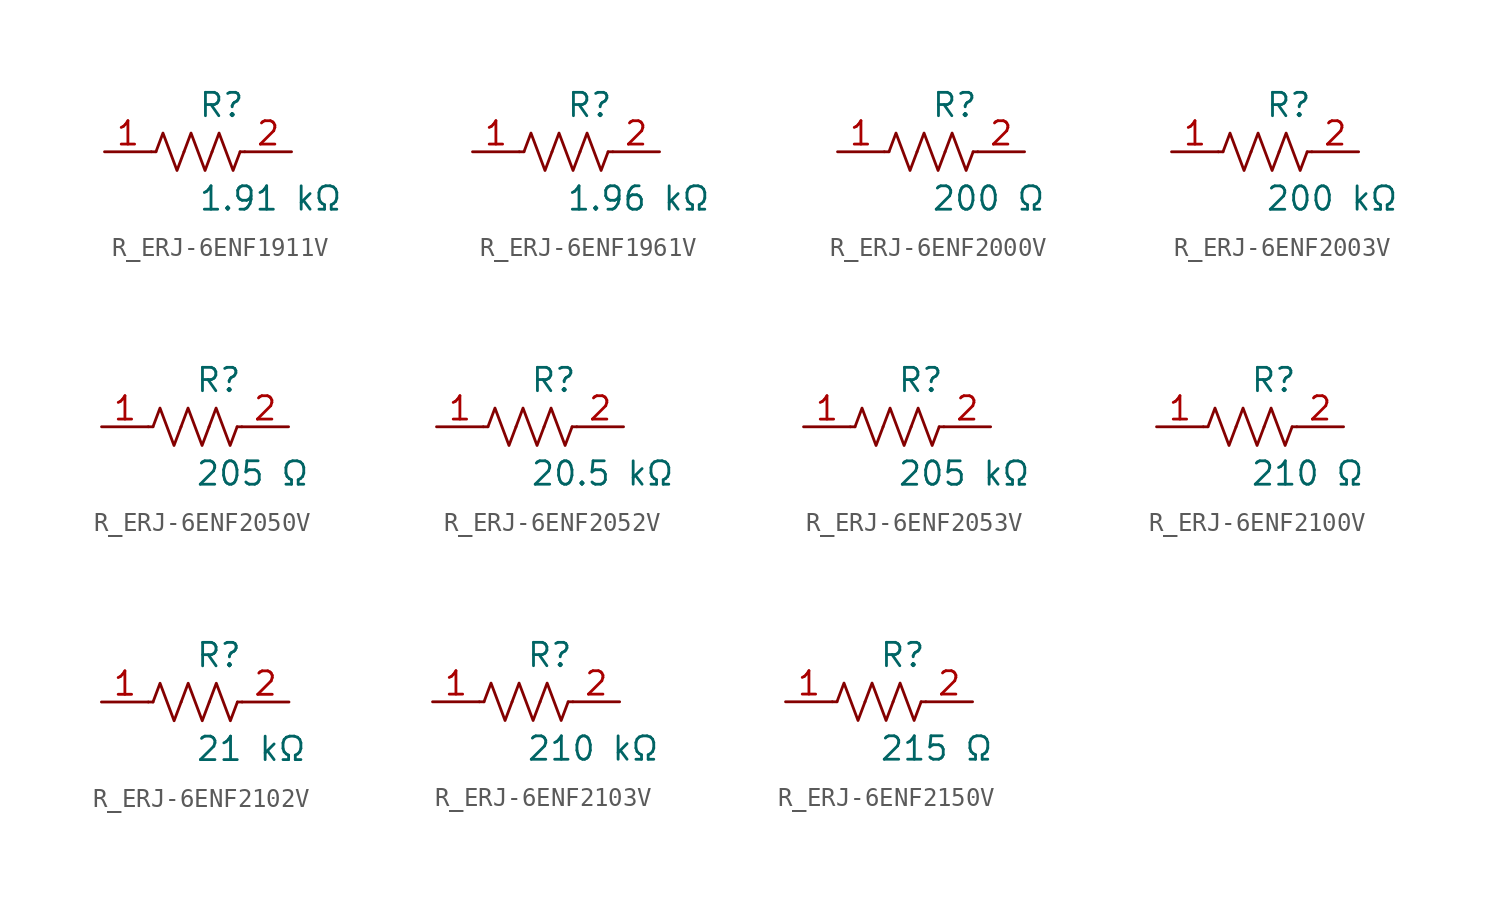
<source format=kicad_sym>
(kicad_symbol_lib
  (version 20231120)
  (generator kicad_symbol_editor)
  (generator_version 8.0)
  (symbol "R_ERJ-6ENF1911V"
    (pin_names
      (offset 0.254))
    (property "Reference" "R"
      (at 0.0 2.54 0)
      (effects (font (size 1.27 1.27)) (justify left)))
    (property "Value" "1.91 kΩ"
      (at 0.0 -2.54 0)
      (effects (font (size 1.27 1.27)) (justify left)))
    (symbol "R_ERJ-6ENF1911V_0_1"
      (polyline (pts (xy 2.286 0) (xy 2.54 0)) (stroke (width 0) (type default)) (fill (type none)))
      (polyline (pts (xy -2.286 0) (xy -2.54 0)) (stroke (width 0) (type default)) (fill (type none)))
      (polyline (pts (xy 0.762 0) (xy 1.143 1.016) (xy 1.524 0) (xy 1.905 -1.016) (xy 2.286 0)) (stroke (width 0) (type default)) (fill (type none)))
      (polyline (pts (xy -0.762 0) (xy -0.381 1.016) (xy 0 0) (xy 0.381 -1.016) (xy 0.762 0)) (stroke (width 0) (type default)) (fill (type none)))
      (polyline (pts (xy -2.286 0) (xy -1.905 1.016) (xy -1.524 0) (xy -1.143 -1.016) (xy -0.762 0)) (stroke (width 0) (type default)) (fill (type none))))
    (pin unspecified line
      (at -5.08 0 0)
      (length 2.54)
      (name "" (effects (font (size 1.27 1.27))))
      (number "1" (effects (font (size 1.27 1.27)))))
    (pin unspecified line
      (at 5.08 0 180)
      (length 2.54)
      (name "" (effects (font (size 1.27 1.27))))
      (number "2" (effects (font (size 1.27 1.27))))))
  (symbol "R_ERJ-6ENF1961V"
    (pin_names
      (offset 0.254))
    (property "Reference" "R"
      (at 0.0 2.54 0)
      (effects (font (size 1.27 1.27)) (justify left)))
    (property "Value" "1.96 kΩ"
      (at 0.0 -2.54 0)
      (effects (font (size 1.27 1.27)) (justify left)))
    (symbol "R_ERJ-6ENF1961V_0_1"
      (polyline (pts (xy 2.286 0) (xy 2.54 0)) (stroke (width 0) (type default)) (fill (type none)))
      (polyline (pts (xy -2.286 0) (xy -2.54 0)) (stroke (width 0) (type default)) (fill (type none)))
      (polyline (pts (xy 0.762 0) (xy 1.143 1.016) (xy 1.524 0) (xy 1.905 -1.016) (xy 2.286 0)) (stroke (width 0) (type default)) (fill (type none)))
      (polyline (pts (xy -0.762 0) (xy -0.381 1.016) (xy 0 0) (xy 0.381 -1.016) (xy 0.762 0)) (stroke (width 0) (type default)) (fill (type none)))
      (polyline (pts (xy -2.286 0) (xy -1.905 1.016) (xy -1.524 0) (xy -1.143 -1.016) (xy -0.762 0)) (stroke (width 0) (type default)) (fill (type none))))
    (pin unspecified line
      (at -5.08 0 0)
      (length 2.54)
      (name "" (effects (font (size 1.27 1.27))))
      (number "1" (effects (font (size 1.27 1.27)))))
    (pin unspecified line
      (at 5.08 0 180)
      (length 2.54)
      (name "" (effects (font (size 1.27 1.27))))
      (number "2" (effects (font (size 1.27 1.27))))))
  (symbol "R_ERJ-6ENF2000V"
    (pin_names
      (offset 0.254))
    (property "Reference" "R"
      (at 0.0 2.54 0)
      (effects (font (size 1.27 1.27)) (justify left)))
    (property "Value" "200 Ω"
      (at 0.0 -2.54 0)
      (effects (font (size 1.27 1.27)) (justify left)))
    (symbol "R_ERJ-6ENF2000V_0_1"
      (polyline (pts (xy 2.286 0) (xy 2.54 0)) (stroke (width 0) (type default)) (fill (type none)))
      (polyline (pts (xy -2.286 0) (xy -2.54 0)) (stroke (width 0) (type default)) (fill (type none)))
      (polyline (pts (xy 0.762 0) (xy 1.143 1.016) (xy 1.524 0) (xy 1.905 -1.016) (xy 2.286 0)) (stroke (width 0) (type default)) (fill (type none)))
      (polyline (pts (xy -0.762 0) (xy -0.381 1.016) (xy 0 0) (xy 0.381 -1.016) (xy 0.762 0)) (stroke (width 0) (type default)) (fill (type none)))
      (polyline (pts (xy -2.286 0) (xy -1.905 1.016) (xy -1.524 0) (xy -1.143 -1.016) (xy -0.762 0)) (stroke (width 0) (type default)) (fill (type none))))
    (pin unspecified line
      (at -5.08 0 0)
      (length 2.54)
      (name "" (effects (font (size 1.27 1.27))))
      (number "1" (effects (font (size 1.27 1.27)))))
    (pin unspecified line
      (at 5.08 0 180)
      (length 2.54)
      (name "" (effects (font (size 1.27 1.27))))
      (number "2" (effects (font (size 1.27 1.27))))))
  (symbol "R_ERJ-6ENF2003V"
    (pin_names
      (offset 0.254))
    (property "Reference" "R"
      (at 0.0 2.54 0)
      (effects (font (size 1.27 1.27)) (justify left)))
    (property "Value" "200 kΩ"
      (at 0.0 -2.54 0)
      (effects (font (size 1.27 1.27)) (justify left)))
    (symbol "R_ERJ-6ENF2003V_0_1"
      (polyline (pts (xy 2.286 0) (xy 2.54 0)) (stroke (width 0) (type default)) (fill (type none)))
      (polyline (pts (xy -2.286 0) (xy -2.54 0)) (stroke (width 0) (type default)) (fill (type none)))
      (polyline (pts (xy 0.762 0) (xy 1.143 1.016) (xy 1.524 0) (xy 1.905 -1.016) (xy 2.286 0)) (stroke (width 0) (type default)) (fill (type none)))
      (polyline (pts (xy -0.762 0) (xy -0.381 1.016) (xy 0 0) (xy 0.381 -1.016) (xy 0.762 0)) (stroke (width 0) (type default)) (fill (type none)))
      (polyline (pts (xy -2.286 0) (xy -1.905 1.016) (xy -1.524 0) (xy -1.143 -1.016) (xy -0.762 0)) (stroke (width 0) (type default)) (fill (type none))))
    (pin unspecified line
      (at -5.08 0 0)
      (length 2.54)
      (name "" (effects (font (size 1.27 1.27))))
      (number "1" (effects (font (size 1.27 1.27)))))
    (pin unspecified line
      (at 5.08 0 180)
      (length 2.54)
      (name "" (effects (font (size 1.27 1.27))))
      (number "2" (effects (font (size 1.27 1.27))))))
  (symbol "R_ERJ-6ENF2050V"
    (pin_names
      (offset 0.254))
    (property "Reference" "R"
      (at 0.0 2.54 0)
      (effects (font (size 1.27 1.27)) (justify left)))
    (property "Value" "205 Ω"
      (at 0.0 -2.54 0)
      (effects (font (size 1.27 1.27)) (justify left)))
    (symbol "R_ERJ-6ENF2050V_0_1"
      (polyline (pts (xy 2.286 0) (xy 2.54 0)) (stroke (width 0) (type default)) (fill (type none)))
      (polyline (pts (xy -2.286 0) (xy -2.54 0)) (stroke (width 0) (type default)) (fill (type none)))
      (polyline (pts (xy 0.762 0) (xy 1.143 1.016) (xy 1.524 0) (xy 1.905 -1.016) (xy 2.286 0)) (stroke (width 0) (type default)) (fill (type none)))
      (polyline (pts (xy -0.762 0) (xy -0.381 1.016) (xy 0 0) (xy 0.381 -1.016) (xy 0.762 0)) (stroke (width 0) (type default)) (fill (type none)))
      (polyline (pts (xy -2.286 0) (xy -1.905 1.016) (xy -1.524 0) (xy -1.143 -1.016) (xy -0.762 0)) (stroke (width 0) (type default)) (fill (type none))))
    (pin unspecified line
      (at -5.08 0 0)
      (length 2.54)
      (name "" (effects (font (size 1.27 1.27))))
      (number "1" (effects (font (size 1.27 1.27)))))
    (pin unspecified line
      (at 5.08 0 180)
      (length 2.54)
      (name "" (effects (font (size 1.27 1.27))))
      (number "2" (effects (font (size 1.27 1.27))))))
  (symbol "R_ERJ-6ENF2052V"
    (pin_names
      (offset 0.254))
    (property "Reference" "R"
      (at 0.0 2.54 0)
      (effects (font (size 1.27 1.27)) (justify left)))
    (property "Value" "20.5 kΩ"
      (at 0.0 -2.54 0)
      (effects (font (size 1.27 1.27)) (justify left)))
    (symbol "R_ERJ-6ENF2052V_0_1"
      (polyline (pts (xy 2.286 0) (xy 2.54 0)) (stroke (width 0) (type default)) (fill (type none)))
      (polyline (pts (xy -2.286 0) (xy -2.54 0)) (stroke (width 0) (type default)) (fill (type none)))
      (polyline (pts (xy 0.762 0) (xy 1.143 1.016) (xy 1.524 0) (xy 1.905 -1.016) (xy 2.286 0)) (stroke (width 0) (type default)) (fill (type none)))
      (polyline (pts (xy -0.762 0) (xy -0.381 1.016) (xy 0 0) (xy 0.381 -1.016) (xy 0.762 0)) (stroke (width 0) (type default)) (fill (type none)))
      (polyline (pts (xy -2.286 0) (xy -1.905 1.016) (xy -1.524 0) (xy -1.143 -1.016) (xy -0.762 0)) (stroke (width 0) (type default)) (fill (type none))))
    (pin unspecified line
      (at -5.08 0 0)
      (length 2.54)
      (name "" (effects (font (size 1.27 1.27))))
      (number "1" (effects (font (size 1.27 1.27)))))
    (pin unspecified line
      (at 5.08 0 180)
      (length 2.54)
      (name "" (effects (font (size 1.27 1.27))))
      (number "2" (effects (font (size 1.27 1.27))))))
  (symbol "R_ERJ-6ENF2053V"
    (pin_names
      (offset 0.254))
    (property "Reference" "R"
      (at 0.0 2.54 0)
      (effects (font (size 1.27 1.27)) (justify left)))
    (property "Value" "205 kΩ"
      (at 0.0 -2.54 0)
      (effects (font (size 1.27 1.27)) (justify left)))
    (symbol "R_ERJ-6ENF2053V_0_1"
      (polyline (pts (xy 2.286 0) (xy 2.54 0)) (stroke (width 0) (type default)) (fill (type none)))
      (polyline (pts (xy -2.286 0) (xy -2.54 0)) (stroke (width 0) (type default)) (fill (type none)))
      (polyline (pts (xy 0.762 0) (xy 1.143 1.016) (xy 1.524 0) (xy 1.905 -1.016) (xy 2.286 0)) (stroke (width 0) (type default)) (fill (type none)))
      (polyline (pts (xy -0.762 0) (xy -0.381 1.016) (xy 0 0) (xy 0.381 -1.016) (xy 0.762 0)) (stroke (width 0) (type default)) (fill (type none)))
      (polyline (pts (xy -2.286 0) (xy -1.905 1.016) (xy -1.524 0) (xy -1.143 -1.016) (xy -0.762 0)) (stroke (width 0) (type default)) (fill (type none))))
    (pin unspecified line
      (at -5.08 0 0)
      (length 2.54)
      (name "" (effects (font (size 1.27 1.27))))
      (number "1" (effects (font (size 1.27 1.27)))))
    (pin unspecified line
      (at 5.08 0 180)
      (length 2.54)
      (name "" (effects (font (size 1.27 1.27))))
      (number "2" (effects (font (size 1.27 1.27))))))
  (symbol "R_ERJ-6ENF2100V"
    (pin_names
      (offset 0.254))
    (property "Reference" "R"
      (at 0.0 2.54 0)
      (effects (font (size 1.27 1.27)) (justify left)))
    (property "Value" "210 Ω"
      (at 0.0 -2.54 0)
      (effects (font (size 1.27 1.27)) (justify left)))
    (symbol "R_ERJ-6ENF2100V_0_1"
      (polyline (pts (xy 2.286 0) (xy 2.54 0)) (stroke (width 0) (type default)) (fill (type none)))
      (polyline (pts (xy -2.286 0) (xy -2.54 0)) (stroke (width 0) (type default)) (fill (type none)))
      (polyline (pts (xy 0.762 0) (xy 1.143 1.016) (xy 1.524 0) (xy 1.905 -1.016) (xy 2.286 0)) (stroke (width 0) (type default)) (fill (type none)))
      (polyline (pts (xy -0.762 0) (xy -0.381 1.016) (xy 0 0) (xy 0.381 -1.016) (xy 0.762 0)) (stroke (width 0) (type default)) (fill (type none)))
      (polyline (pts (xy -2.286 0) (xy -1.905 1.016) (xy -1.524 0) (xy -1.143 -1.016) (xy -0.762 0)) (stroke (width 0) (type default)) (fill (type none))))
    (pin unspecified line
      (at -5.08 0 0)
      (length 2.54)
      (name "" (effects (font (size 1.27 1.27))))
      (number "1" (effects (font (size 1.27 1.27)))))
    (pin unspecified line
      (at 5.08 0 180)
      (length 2.54)
      (name "" (effects (font (size 1.27 1.27))))
      (number "2" (effects (font (size 1.27 1.27))))))
  (symbol "R_ERJ-6ENF2102V"
    (pin_names
      (offset 0.254))
    (property "Reference" "R"
      (at 0.0 2.54 0)
      (effects (font (size 1.27 1.27)) (justify left)))
    (property "Value" "21 kΩ"
      (at 0.0 -2.54 0)
      (effects (font (size 1.27 1.27)) (justify left)))
    (symbol "R_ERJ-6ENF2102V_0_1"
      (polyline (pts (xy 2.286 0) (xy 2.54 0)) (stroke (width 0) (type default)) (fill (type none)))
      (polyline (pts (xy -2.286 0) (xy -2.54 0)) (stroke (width 0) (type default)) (fill (type none)))
      (polyline (pts (xy 0.762 0) (xy 1.143 1.016) (xy 1.524 0) (xy 1.905 -1.016) (xy 2.286 0)) (stroke (width 0) (type default)) (fill (type none)))
      (polyline (pts (xy -0.762 0) (xy -0.381 1.016) (xy 0 0) (xy 0.381 -1.016) (xy 0.762 0)) (stroke (width 0) (type default)) (fill (type none)))
      (polyline (pts (xy -2.286 0) (xy -1.905 1.016) (xy -1.524 0) (xy -1.143 -1.016) (xy -0.762 0)) (stroke (width 0) (type default)) (fill (type none))))
    (pin unspecified line
      (at -5.08 0 0)
      (length 2.54)
      (name "" (effects (font (size 1.27 1.27))))
      (number "1" (effects (font (size 1.27 1.27)))))
    (pin unspecified line
      (at 5.08 0 180)
      (length 2.54)
      (name "" (effects (font (size 1.27 1.27))))
      (number "2" (effects (font (size 1.27 1.27))))))
  (symbol "R_ERJ-6ENF2103V"
    (pin_names
      (offset 0.254))
    (property "Reference" "R"
      (at 0.0 2.54 0)
      (effects (font (size 1.27 1.27)) (justify left)))
    (property "Value" "210 kΩ"
      (at 0.0 -2.54 0)
      (effects (font (size 1.27 1.27)) (justify left)))
    (symbol "R_ERJ-6ENF2103V_0_1"
      (polyline (pts (xy 2.286 0) (xy 2.54 0)) (stroke (width 0) (type default)) (fill (type none)))
      (polyline (pts (xy -2.286 0) (xy -2.54 0)) (stroke (width 0) (type default)) (fill (type none)))
      (polyline (pts (xy 0.762 0) (xy 1.143 1.016) (xy 1.524 0) (xy 1.905 -1.016) (xy 2.286 0)) (stroke (width 0) (type default)) (fill (type none)))
      (polyline (pts (xy -0.762 0) (xy -0.381 1.016) (xy 0 0) (xy 0.381 -1.016) (xy 0.762 0)) (stroke (width 0) (type default)) (fill (type none)))
      (polyline (pts (xy -2.286 0) (xy -1.905 1.016) (xy -1.524 0) (xy -1.143 -1.016) (xy -0.762 0)) (stroke (width 0) (type default)) (fill (type none))))
    (pin unspecified line
      (at -5.08 0 0)
      (length 2.54)
      (name "" (effects (font (size 1.27 1.27))))
      (number "1" (effects (font (size 1.27 1.27)))))
    (pin unspecified line
      (at 5.08 0 180)
      (length 2.54)
      (name "" (effects (font (size 1.27 1.27))))
      (number "2" (effects (font (size 1.27 1.27))))))
  (symbol "R_ERJ-6ENF2150V"
    (pin_names
      (offset 0.254))
    (property "Reference" "R"
      (at 0.0 2.54 0)
      (effects (font (size 1.27 1.27)) (justify left)))
    (property "Value" "215 Ω"
      (at 0.0 -2.54 0)
      (effects (font (size 1.27 1.27)) (justify left)))
    (symbol "R_ERJ-6ENF2150V_0_1"
      (polyline (pts (xy 2.286 0) (xy 2.54 0)) (stroke (width 0) (type default)) (fill (type none)))
      (polyline (pts (xy -2.286 0) (xy -2.54 0)) (stroke (width 0) (type default)) (fill (type none)))
      (polyline (pts (xy 0.762 0) (xy 1.143 1.016) (xy 1.524 0) (xy 1.905 -1.016) (xy 2.286 0)) (stroke (width 0) (type default)) (fill (type none)))
      (polyline (pts (xy -0.762 0) (xy -0.381 1.016) (xy 0 0) (xy 0.381 -1.016) (xy 0.762 0)) (stroke (width 0) (type default)) (fill (type none)))
      (polyline (pts (xy -2.286 0) (xy -1.905 1.016) (xy -1.524 0) (xy -1.143 -1.016) (xy -0.762 0)) (stroke (width 0) (type default)) (fill (type none))))
    (pin unspecified line
      (at -5.08 0 0)
      (length 2.54)
      (name "" (effects (font (size 1.27 1.27))))
      (number "1" (effects (font (size 1.27 1.27)))))
    (pin unspecified line
      (at 5.08 0 180)
      (length 2.54)
      (name "" (effects (font (size 1.27 1.27))))
      (number "2" (effects (font (size 1.27 1.27)))))))
</source>
